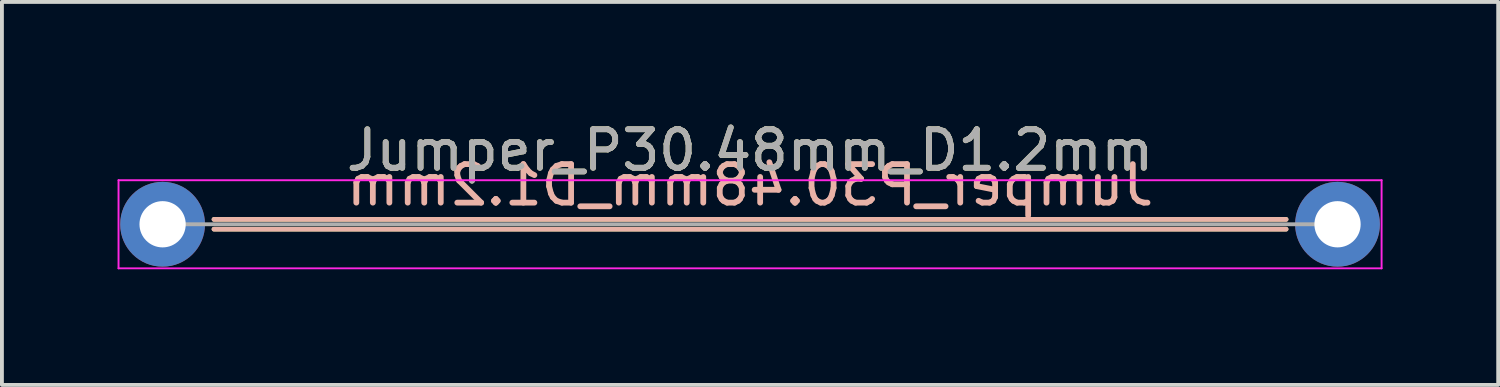
<source format=kicad_pcb>
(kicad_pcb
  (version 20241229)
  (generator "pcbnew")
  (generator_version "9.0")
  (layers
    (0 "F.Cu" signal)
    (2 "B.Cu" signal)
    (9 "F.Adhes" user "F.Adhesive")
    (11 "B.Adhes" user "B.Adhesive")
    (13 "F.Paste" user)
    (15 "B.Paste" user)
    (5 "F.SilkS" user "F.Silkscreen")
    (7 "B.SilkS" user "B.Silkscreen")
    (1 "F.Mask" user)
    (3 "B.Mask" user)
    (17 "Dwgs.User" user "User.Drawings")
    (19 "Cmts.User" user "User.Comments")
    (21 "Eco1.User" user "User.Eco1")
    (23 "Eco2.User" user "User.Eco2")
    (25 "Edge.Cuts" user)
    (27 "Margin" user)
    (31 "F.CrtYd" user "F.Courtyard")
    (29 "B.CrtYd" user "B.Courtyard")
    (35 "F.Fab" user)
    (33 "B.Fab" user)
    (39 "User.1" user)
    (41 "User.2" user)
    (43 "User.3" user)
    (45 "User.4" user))
  (footprint "Jumper_P30.48mm_D1.2mm"
    (layer "F.Cu")
    (at 1.168 2.768)
    (property "Reference" "Jumper_P30.48mm_D1.2mm" (at 15.24 -1.92 0) (layer "F.SilkS") (effects (font (size 1 1) (thickness 0.15))))
    (fp_line (start 1.333 -0.127) (end 29.146 -0.127) (stroke (width 0.12) (type solid)) (layer "F.SilkS"))
    (fp_line (start 1.333 0.127) (end 29.146 0.127) (stroke (width 0.12) (type solid)) (layer "F.SilkS"))
    (fp_line (start 1.333 0.127) (end 29.146 0.127) (stroke (width 0.12) (type solid)) (layer "B.SilkS"))
    (fp_line (start 29.146 -0.127) (end 1.333 -0.127) (stroke (width 0.12) (type solid)) (layer "B.SilkS"))
    (fp_line (start -1.143 -1.143) (end -1.143 1.143) (stroke (width 0.05) (type solid)) (layer "F.CrtYd"))
    (fp_line (start -1.143 1.143) (end 31.623 1.143) (stroke (width 0.05) (type solid)) (layer "F.CrtYd"))
    (fp_line (start 31.623 -1.143) (end -1.143 -1.143) (stroke (width 0.05) (type solid)) (layer "F.CrtYd"))
    (fp_line (start 31.623 1.143) (end 31.623 -1.143) (stroke (width 0.05) (type solid)) (layer "F.CrtYd"))
    (fp_line (start 0 0) (end 30.48 0) (stroke (width 0.1) (type solid)) (layer "F.Fab"))
    (fp_text user "${REFERENCE}" (at 15.24 -1.016 0) (layer "B.SilkS") (effects (font (size 1 1) (thickness 0.15)) (justify mirror)))
    (fp_text user "${REFERENCE}" (at 15.24 -1.92 0) (layer "F.Fab") (effects (font (size 1 1) (thickness 0.15))))
    (pad "1" thru_hole circle (at 0 0) (size 2.2 2.2) (drill 1.2) (layers "*.Cu" "*.Mask"))
    (pad "2" thru_hole oval (at 30.48 0) (size 2.2 2.2) (drill 1.2) (layers "*.Cu" "*.Mask")))
  (gr_rect
    (start -3 -3)
    (end 35.816 6.936)
    (stroke (width 0.1) (type default))
    (fill no)
    (layer "Edge.Cuts")))
</source>
